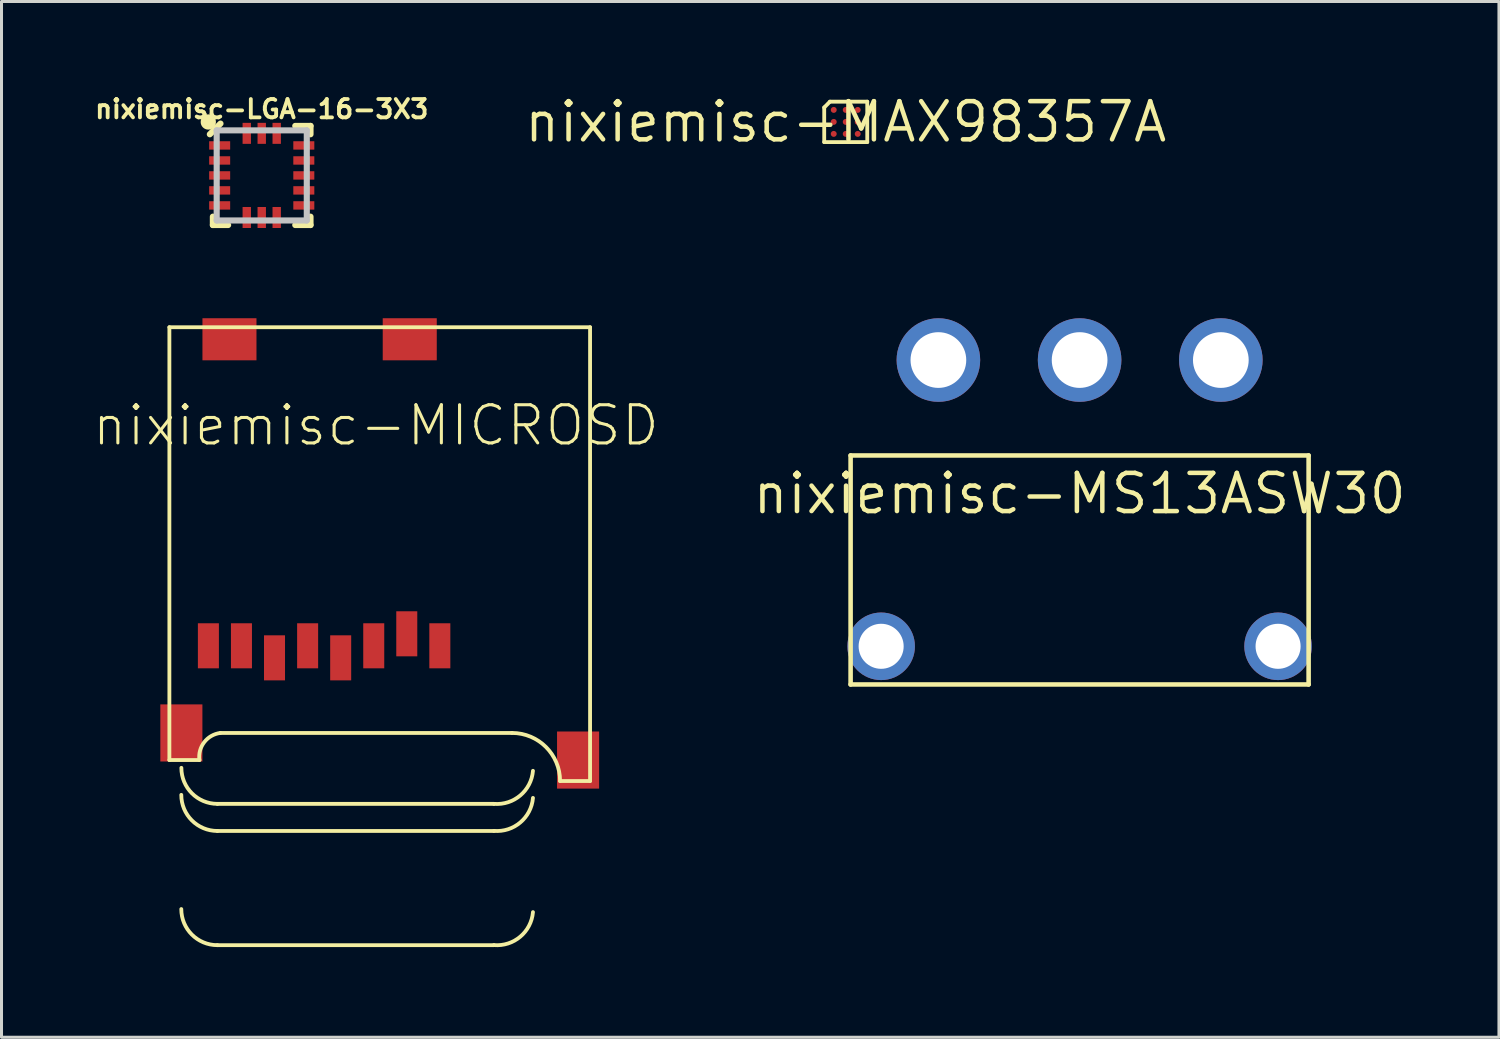
<source format=kicad_pcb>
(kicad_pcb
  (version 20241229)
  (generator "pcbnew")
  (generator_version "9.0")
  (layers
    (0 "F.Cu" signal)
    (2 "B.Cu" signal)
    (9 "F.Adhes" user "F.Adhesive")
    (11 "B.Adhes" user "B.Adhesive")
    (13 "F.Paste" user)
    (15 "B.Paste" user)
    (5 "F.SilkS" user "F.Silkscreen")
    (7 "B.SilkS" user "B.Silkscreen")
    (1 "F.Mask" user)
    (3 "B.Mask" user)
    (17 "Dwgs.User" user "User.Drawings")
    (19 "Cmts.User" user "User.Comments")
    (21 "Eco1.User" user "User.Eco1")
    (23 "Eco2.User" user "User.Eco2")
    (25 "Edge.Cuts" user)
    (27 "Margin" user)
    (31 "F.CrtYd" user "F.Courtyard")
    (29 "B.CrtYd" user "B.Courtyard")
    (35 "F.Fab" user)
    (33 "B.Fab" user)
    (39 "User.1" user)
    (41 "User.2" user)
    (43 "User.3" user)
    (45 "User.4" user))
  (footprint "nixiemisc-MS13ASW30"
    (layer "F.Cu")
    (at 32.873 13.375)
    (property "Reference" "nixiemisc-MS13ASW30" (at 0 0 0) (layer "F.SilkS") (effects (font (size 1.27 1.27) (thickness 0.15))))
    (attr exclude_from_pos_files exclude_from_bom)
    (fp_line (start -7.62 -1.27) (end 7.62 -1.27) (stroke (width 0.152) (type solid)) (layer "F.SilkS"))
    (fp_line (start -7.62 6.35) (end -7.62 -1.27) (stroke (width 0.152) (type solid)) (layer "F.SilkS"))
    (fp_line (start 7.62 -1.27) (end 7.62 6.35) (stroke (width 0.152) (type solid)) (layer "F.SilkS"))
    (fp_line (start 7.62 6.35) (end -7.62 6.35) (stroke (width 0.152) (type solid)) (layer "F.SilkS"))
    (pad "P$1" thru_hole circle (at -4.699 -4.445) (size 2.781 2.781) (drill 1.854) (layers "*.Cu" "*.Mask"))
    (pad "P$2" thru_hole circle (at 0 -4.445) (size 2.781 2.781) (drill 1.854) (layers "*.Cu" "*.Mask"))
    (pad "P$3" thru_hole circle (at 4.699 -4.445) (size 2.781 2.781) (drill 1.854) (layers "*.Cu" "*.Mask"))
    (pad "P$4" thru_hole circle (at -6.604 5.08) (size 2.248 2.248) (drill 1.499) (layers "*.Cu" "*.Mask"))
    (pad "P$5" thru_hole circle (at 6.604 5.08) (size 2.248 2.248) (drill 1.499) (layers "*.Cu" "*.Mask")))
  (footprint "nixiemisc-LGA-16-3X3"
    (layer "F.Cu")
    (at 5.659 2.787)
    (property "Reference" "nixiemisc-LGA-16-3X3" (at 0 -2.207 0) (layer "F.SilkS") (effects (font (size 0.61 0.61) (thickness 0.127))))
    (attr smd)
    (fp_line (start -1.727 -1.369) (end -1.372 -1.725) (stroke (width 0.203) (type solid)) (layer "F.SilkS"))
    (fp_line (start -1.626 1.372) (end -1.626 1.651) (stroke (width 0.203) (type solid)) (layer "F.SilkS"))
    (fp_line (start -1.626 1.651) (end -1.118 1.651) (stroke (width 0.203) (type solid)) (layer "F.SilkS"))
    (fp_line (start 1.115 -1.648) (end 1.623 -1.648) (stroke (width 0.203) (type solid)) (layer "F.SilkS"))
    (fp_line (start 1.115 1.651) (end 1.623 1.651) (stroke (width 0.203) (type solid)) (layer "F.SilkS"))
    (fp_line (start 1.623 -1.648) (end 1.623 -1.369) (stroke (width 0.203) (type solid)) (layer "F.SilkS"))
    (fp_line (start 1.623 1.372) (end 1.623 1.651) (stroke (width 0.203) (type solid)) (layer "F.SilkS"))
    (fp_circle (center -1.778 -1.778) (end -1.778 -2.032) (stroke (width 0) (type solid)) (fill yes) (layer "F.SilkS"))
    (fp_line (start -1.499 -1.499) (end 1.499 -1.499) (stroke (width 0.203) (type solid)) (layer "Dwgs.User"))
    (fp_line (start -1.499 1.499) (end -1.499 -1.499) (stroke (width 0.203) (type solid)) (layer "Dwgs.User"))
    (fp_line (start 1.499 -1.499) (end 1.499 1.499) (stroke (width 0.203) (type solid)) (layer "Dwgs.User"))
    (fp_line (start 1.499 1.499) (end -1.499 1.499) (stroke (width 0.203) (type solid)) (layer "Dwgs.User"))
    (pad "1" smd rect (at -1.4 -0.998 180) (size 0.699 0.279) (layers "F.Cu" "F.Mask" "F.Paste"))
    (pad "2" smd rect (at -1.4 -0.498) (size 0.699 0.279) (layers "F.Cu" "F.Mask" "F.Paste"))
    (pad "3" smd rect (at -1.4 0) (size 0.699 0.279) (layers "F.Cu" "F.Mask" "F.Paste"))
    (pad "4" smd rect (at -1.4 0.498) (size 0.699 0.279) (layers "F.Cu" "F.Mask" "F.Paste"))
    (pad "5" smd rect (at -1.4 0.998 180) (size 0.699 0.279) (layers "F.Cu" "F.Mask" "F.Paste"))
    (pad "6" smd rect (at -0.498 1.4 90) (size 0.699 0.279) (layers "F.Cu" "F.Mask" "F.Paste"))
    (pad "7" smd rect (at 0 1.4 90) (size 0.699 0.279) (layers "F.Cu" "F.Mask" "F.Paste"))
    (pad "8" smd rect (at 0.498 1.4 90) (size 0.699 0.279) (layers "F.Cu" "F.Mask" "F.Paste"))
    (pad "9" smd rect (at 1.4 0.998 180) (size 0.699 0.279) (layers "F.Cu" "F.Mask" "F.Paste"))
    (pad "10" smd rect (at 1.4 0.498 180) (size 0.699 0.279) (layers "F.Cu" "F.Mask" "F.Paste"))
    (pad "11" smd rect (at 1.4 0 180) (size 0.699 0.279) (layers "F.Cu" "F.Mask" "F.Paste"))
    (pad "12" smd rect (at 1.4 -0.498 180) (size 0.699 0.279) (layers "F.Cu" "F.Mask" "F.Paste"))
    (pad "13" smd rect (at 1.4 -0.998 180) (size 0.699 0.279) (layers "F.Cu" "F.Mask" "F.Paste"))
    (pad "14" smd rect (at 0.498 -1.4 270) (size 0.699 0.279) (layers "F.Cu" "F.Mask" "F.Paste"))
    (pad "15" smd rect (at 0 -1.4 270) (size 0.699 0.279) (layers "F.Cu" "F.Mask" "F.Paste"))
    (pad "16" smd rect (at -0.498 -1.4 270) (size 0.699 0.279) (layers "F.Cu" "F.Mask" "F.Paste")))
  (footprint "nixiemisc-MAX98357A"
    (layer "F.Cu")
    (at 25.091 1.006)
    (property "Reference" "nixiemisc-MAX98357A" (at 0 0 0) (layer "F.SilkS") (effects (font (size 1.27 1.27) (thickness 0.15))))
    (attr smd)
    (fp_line (start -0.716 -0.48) (end -0.716 0.673) (stroke (width 0.127) (type solid)) (layer "F.SilkS"))
    (fp_line (start -0.716 0.673) (end 0.716 0.673) (stroke (width 0.127) (type solid)) (layer "F.SilkS"))
    (fp_line (start -0.526 -0.673) (end -0.716 -0.48) (stroke (width 0.127) (type solid)) (layer "F.SilkS"))
    (fp_line (start 0.716 -0.673) (end -0.526 -0.673) (stroke (width 0.127) (type solid)) (layer "F.SilkS"))
    (fp_line (start 0.716 -0.673) (end 0.716 0.673) (stroke (width 0.127) (type solid)) (layer "F.SilkS"))
    (fp_circle (center -0.399 -0.399) (end -0.399 -0.498) (stroke (width 0.028) (type solid)) (fill no) (layer "F.Paste"))
    (fp_circle (center -0.399 0) (end -0.399 -0.099) (stroke (width 0.028) (type solid)) (fill no) (layer "F.Paste"))
    (fp_circle (center -0.399 0.399) (end -0.399 0.3) (stroke (width 0.028) (type solid)) (fill no) (layer "F.Paste"))
    (fp_circle (center 0 -0.399) (end 0 -0.498) (stroke (width 0.028) (type solid)) (fill no) (layer "F.Paste"))
    (fp_circle (center 0 0) (end 0 -0.099) (stroke (width 0.028) (type solid)) (fill no) (layer "F.Paste"))
    (fp_circle (center 0 0.399) (end 0 0.3) (stroke (width 0.028) (type solid)) (fill no) (layer "F.Paste"))
    (fp_circle (center 0.399 -0.399) (end 0.399 -0.498) (stroke (width 0.028) (type solid)) (fill no) (layer "F.Paste"))
    (fp_circle (center 0.399 0) (end 0.399 -0.099) (stroke (width 0.028) (type solid)) (fill no) (layer "F.Paste"))
    (fp_circle (center 0.399 0.399) (end 0.399 0.3) (stroke (width 0.028) (type solid)) (fill no) (layer "F.Paste"))
    (pad "A1" smd circle (at -0.399 -0.399) (size 0.198 0.198) (layers "F.Cu" "F.Mask" "F.Paste"))
    (pad "A2" smd circle (at 0 -0.399) (size 0.198 0.198) (layers "F.Cu" "F.Mask" "F.Paste"))
    (pad "A3" smd circle (at 0.399 -0.399) (size 0.198 0.198) (layers "F.Cu" "F.Mask" "F.Paste"))
    (pad "B1" smd circle (at -0.399 0) (size 0.198 0.198) (layers "F.Cu" "F.Mask" "F.Paste"))
    (pad "B2" smd circle (at 0 0) (size 0.198 0.198) (layers "F.Cu" "F.Mask" "F.Paste"))
    (pad "B3" smd circle (at 0.399 0) (size 0.198 0.198) (layers "F.Cu" "F.Mask" "F.Paste"))
    (pad "C1" smd circle (at -0.399 0.399) (size 0.198 0.198) (layers "F.Cu" "F.Mask" "F.Paste"))
    (pad "C2" smd circle (at 0 0.399) (size 0.198 0.198) (layers "F.Cu" "F.Mask" "F.Paste"))
    (pad "C3" smd circle (at 0.399 0.399) (size 0.198 0.198) (layers "F.Cu" "F.Mask" "F.Paste")))
  (footprint "nixiemisc-MICROSD"
    (layer "F.Cu")
    (at 2.586 7.8)
    (property "Reference" "nixiemisc-MICROSD" (at 6.873 3.305 0) (layer "F.SilkS") (effects (font (size 1.27 1.27) (thickness 0.102))))
    (attr smd)
    (fp_line (start 0 0.038) (end 0 14.44) (stroke (width 0.127) (type solid)) (layer "F.SilkS"))
    (fp_line (start 0 14.44) (end 0.998 14.44) (stroke (width 0.127) (type solid)) (layer "F.SilkS"))
    (fp_line (start 1.598 15.898) (end 10.798 15.898) (stroke (width 0.127) (type solid)) (layer "F.SilkS"))
    (fp_line (start 1.598 16.8) (end 10.798 16.8) (stroke (width 0.127) (type solid)) (layer "F.SilkS"))
    (fp_line (start 1.598 20.599) (end 10.798 20.599) (stroke (width 0.127) (type solid)) (layer "F.SilkS"))
    (fp_line (start 1.699 13.538) (end 11.4 13.538) (stroke (width 0.127) (type solid)) (layer "F.SilkS"))
    (fp_line (start 13 15.138) (end 13.998 15.138) (stroke (width 0.127) (type solid)) (layer "F.SilkS"))
    (fp_line (start 13.998 0.038) (end 0 0.038) (stroke (width 0.127) (type solid)) (layer "F.SilkS"))
    (fp_line (start 13.998 15.138) (end 13.998 0.038) (stroke (width 0.127) (type solid)) (layer "F.SilkS"))
    (fp_arc (start 0.99822 14.4399) (mid 1.160722 13.844386) (end 1.69672 13.5382) (stroke (width 0.127) (type solid)) (layer "F.SilkS"))
    (fp_arc (start 1.59766 15.89786) (mid 0.749924 15.546716) (end 0.39878 14.69898) (stroke (width 0.127) (type solid)) (layer "F.SilkS"))
    (fp_arc (start 1.59766 16.79956) (mid 0.748128 16.447672) (end 0.39624 15.59814) (stroke (width 0.127) (type solid)) (layer "F.SilkS"))
    (fp_arc (start 1.59766 20.5994) (mid 0.748128 20.247512) (end 0.39624 19.39798) (stroke (width 0.127) (type solid)) (layer "F.SilkS"))
    (fp_arc (start 11.39952 13.5382) (mid 12.531032 14.006888) (end 12.99972 15.1384) (stroke (width 0.127) (type solid)) (layer "F.SilkS"))
    (fp_arc (start 12.09802 14.79804) (mid 11.67683 15.616762) (end 10.80008 15.89786) (stroke (width 0.127) (type solid)) (layer "F.SilkS"))
    (fp_arc (start 12.09802 15.69974) (mid 11.675034 16.517718) (end 10.79754 16.79702) (stroke (width 0.127) (type solid)) (layer "F.SilkS"))
    (fp_arc (start 12.09802 19.49958) (mid 11.675034 20.317558) (end 10.79754 20.59686) (stroke (width 0.127) (type solid)) (layer "F.SilkS"))
    (pad "1" smd rect (at 8.999 10.638) (size 0.699 1.499) (layers "F.Cu" "F.Mask" "F.Paste"))
    (pad "2" smd rect (at 7.899 10.239) (size 0.699 1.499) (layers "F.Cu" "F.Mask" "F.Paste"))
    (pad "3" smd rect (at 6.8 10.638) (size 0.699 1.499) (layers "F.Cu" "F.Mask" "F.Paste"))
    (pad "4" smd rect (at 5.7 11.039) (size 0.699 1.499) (layers "F.Cu" "F.Mask" "F.Paste"))
    (pad "5" smd rect (at 4.6 10.638) (size 0.699 1.499) (layers "F.Cu" "F.Mask" "F.Paste"))
    (pad "6" smd rect (at 3.498 11.039) (size 0.699 1.499) (layers "F.Cu" "F.Mask" "F.Paste"))
    (pad "7" smd rect (at 2.398 10.638) (size 0.699 1.499) (layers "F.Cu" "F.Mask" "F.Paste"))
    (pad "8" smd rect (at 1.298 10.638) (size 0.699 1.499) (layers "F.Cu" "F.Mask" "F.Paste"))
    (pad "CD1" smd rect (at 1.999 0.439 90) (size 1.4 1.798) (layers "F.Cu" "F.Mask" "F.Paste"))
    (pad "CD2" smd rect (at 7.998 0.439 90) (size 1.4 1.798) (layers "F.Cu" "F.Mask" "F.Paste"))
    (pad "MT1" smd rect (at 0.399 13.538) (size 1.4 1.9) (layers "F.Cu" "F.Mask" "F.Paste"))
    (pad "MT2" smd rect (at 13.599 14.44) (size 1.4 1.9) (layers "F.Cu" "F.Mask" "F.Paste")))
  (gr_rect
    (start -3 -3)
    (end 46.826 31.464)
    (stroke (width 0.1) (type default))
    (fill no)
    (layer "Edge.Cuts")))
</source>
